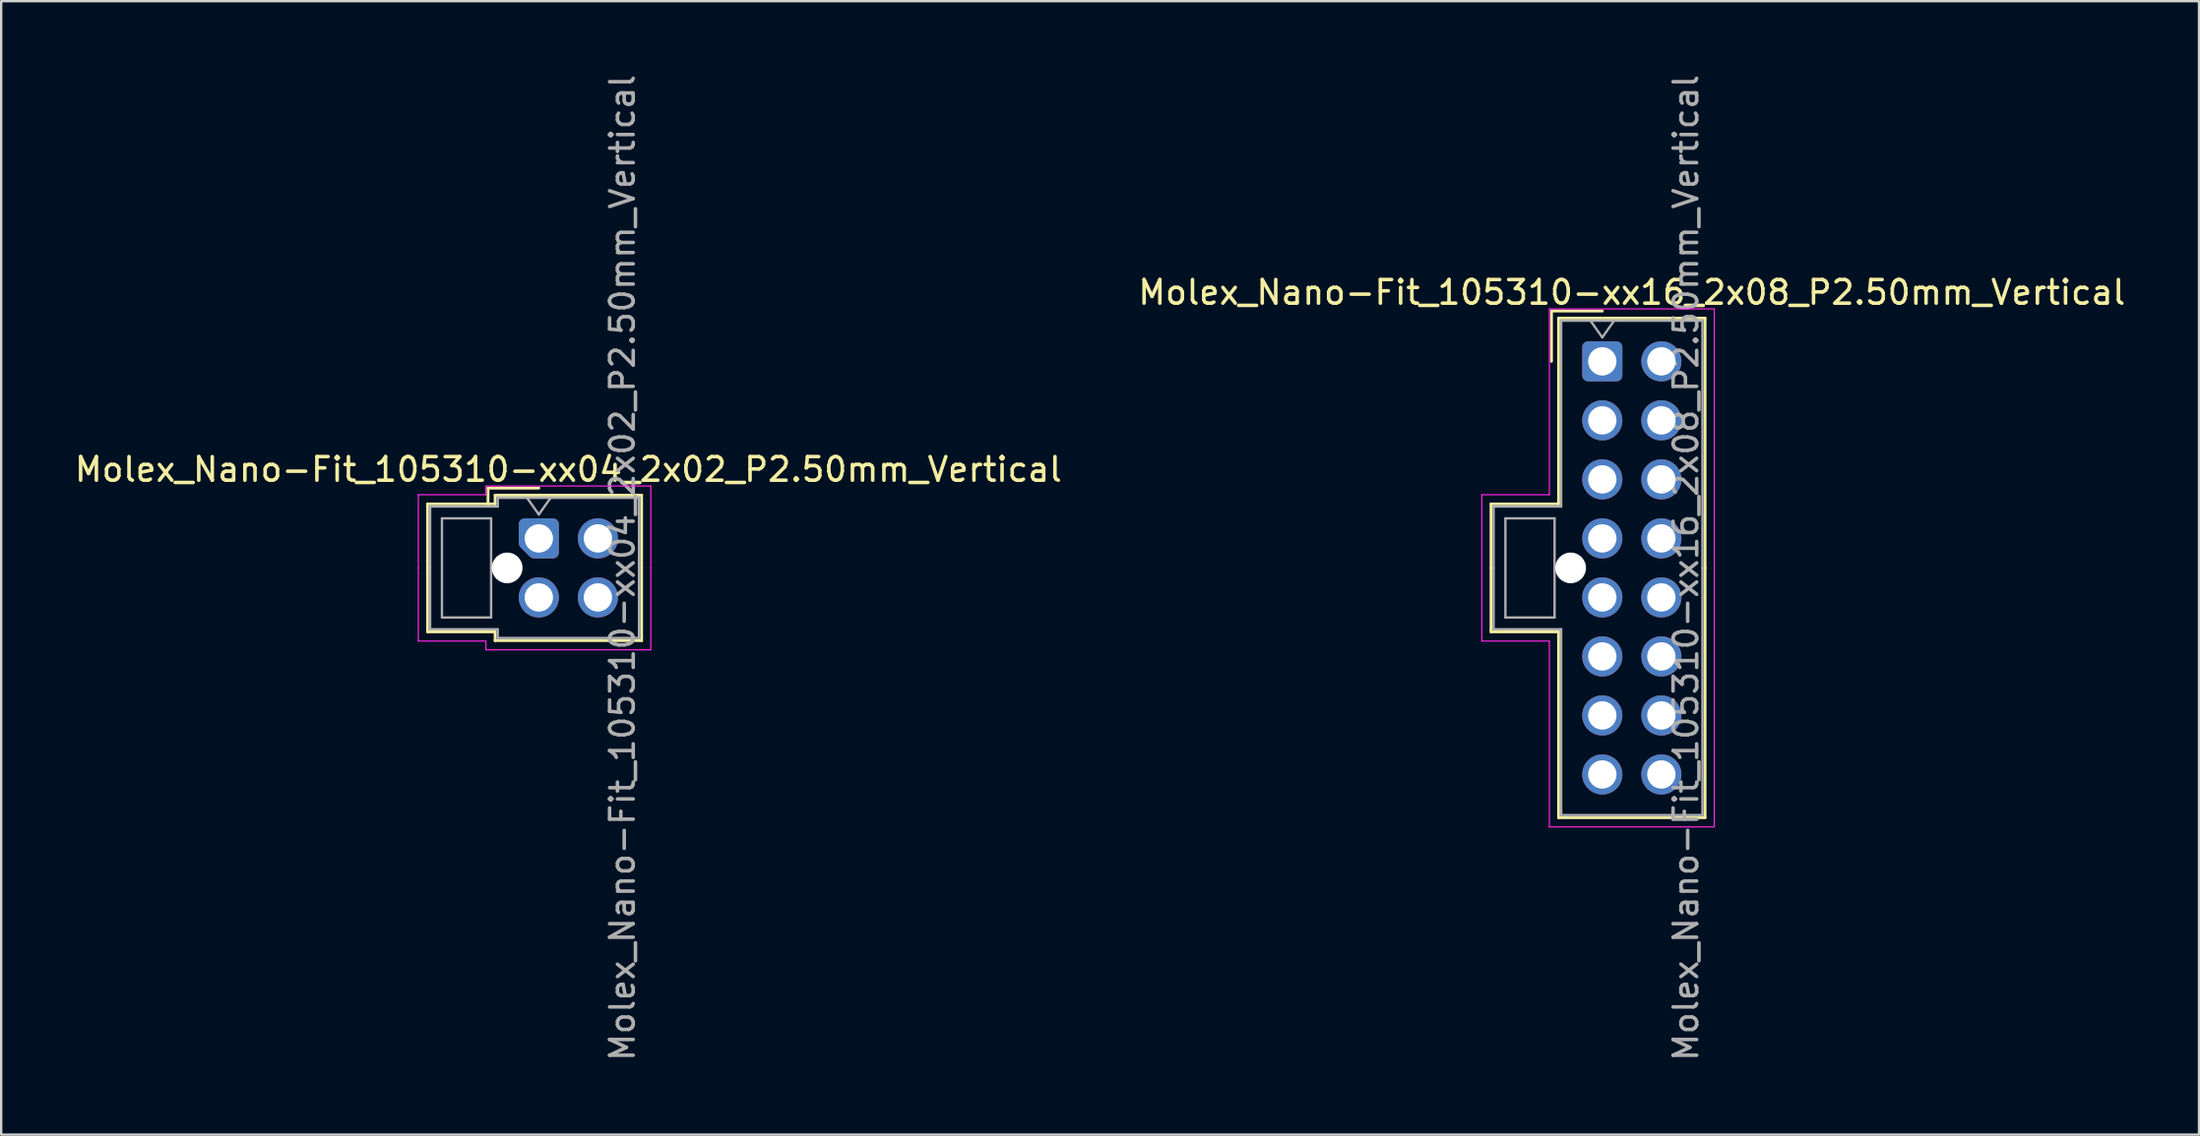
<source format=kicad_pcb>
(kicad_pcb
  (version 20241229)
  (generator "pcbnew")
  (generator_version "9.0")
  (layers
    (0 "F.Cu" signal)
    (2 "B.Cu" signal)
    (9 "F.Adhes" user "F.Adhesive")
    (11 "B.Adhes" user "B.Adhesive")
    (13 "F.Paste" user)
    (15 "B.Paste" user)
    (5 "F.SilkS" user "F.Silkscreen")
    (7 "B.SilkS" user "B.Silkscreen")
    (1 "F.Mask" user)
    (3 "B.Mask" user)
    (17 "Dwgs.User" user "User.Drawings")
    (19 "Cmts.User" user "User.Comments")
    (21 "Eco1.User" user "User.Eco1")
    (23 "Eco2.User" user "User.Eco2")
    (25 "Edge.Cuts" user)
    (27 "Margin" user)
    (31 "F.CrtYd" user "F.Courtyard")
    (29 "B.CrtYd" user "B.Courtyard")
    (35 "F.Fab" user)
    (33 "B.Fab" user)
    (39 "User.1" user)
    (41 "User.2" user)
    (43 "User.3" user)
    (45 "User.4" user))
  (footprint "Molex_Nano-Fit_105310-xx16_2x08_P2.50mm_Vertical"
    (layer "F.Cu")
    (at 64.768 12.256)
    (property "Reference" "Molex_Nano-Fit_105310-xx16_2x08_P2.50mm_Vertical" (at 1.25 -2.92 0) (layer "F.SilkS") (effects (font (size 1 1) (thickness 0.15))))
    (attr through_hole)
    (fp_line (start -4.71 6.04) (end -4.71 8.75) (stroke (width 0.12) (type solid)) (layer "F.SilkS"))
    (fp_line (start -4.71 11.46) (end -4.71 8.75) (stroke (width 0.12) (type solid)) (layer "F.SilkS"))
    (fp_line (start -2.15 -2.13) (end -2.15 0) (stroke (width 0.12) (type solid)) (layer "F.SilkS"))
    (fp_line (start -1.85 -1.83) (end -1.85 6.04) (stroke (width 0.12) (type solid)) (layer "F.SilkS"))
    (fp_line (start -1.85 6.04) (end -4.71 6.04) (stroke (width 0.12) (type solid)) (layer "F.SilkS"))
    (fp_line (start -1.85 11.46) (end -4.71 11.46) (stroke (width 0.12) (type solid)) (layer "F.SilkS"))
    (fp_line (start -1.85 19.33) (end -1.85 11.46) (stroke (width 0.12) (type solid)) (layer "F.SilkS"))
    (fp_line (start 0 -2.13) (end -2.15 -2.13) (stroke (width 0.12) (type solid)) (layer "F.SilkS"))
    (fp_line (start 4.35 -1.83) (end -1.85 -1.83) (stroke (width 0.12) (type solid)) (layer "F.SilkS"))
    (fp_line (start 4.35 8.75) (end 4.35 -1.83) (stroke (width 0.12) (type solid)) (layer "F.SilkS"))
    (fp_line (start 4.35 8.75) (end 4.35 19.33) (stroke (width 0.12) (type solid)) (layer "F.SilkS"))
    (fp_line (start 4.35 19.33) (end -1.85 19.33) (stroke (width 0.12) (type solid)) (layer "F.SilkS"))
    (fp_line (start -5.1 5.65) (end -5.1 8.75) (stroke (width 0.05) (type solid)) (layer "F.CrtYd"))
    (fp_line (start -5.1 11.85) (end -5.1 8.75) (stroke (width 0.05) (type solid)) (layer "F.CrtYd"))
    (fp_line (start -2.24 -2.22) (end -2.24 5.65) (stroke (width 0.05) (type solid)) (layer "F.CrtYd"))
    (fp_line (start -2.24 5.65) (end -5.1 5.65) (stroke (width 0.05) (type solid)) (layer "F.CrtYd"))
    (fp_line (start -2.24 11.85) (end -5.1 11.85) (stroke (width 0.05) (type solid)) (layer "F.CrtYd"))
    (fp_line (start -2.24 19.72) (end -2.24 11.85) (stroke (width 0.05) (type solid)) (layer "F.CrtYd"))
    (fp_line (start 4.74 -2.22) (end -2.24 -2.22) (stroke (width 0.05) (type solid)) (layer "F.CrtYd"))
    (fp_line (start 4.74 8.75) (end 4.74 -2.22) (stroke (width 0.05) (type solid)) (layer "F.CrtYd"))
    (fp_line (start 4.74 8.75) (end 4.74 19.72) (stroke (width 0.05) (type solid)) (layer "F.CrtYd"))
    (fp_line (start 4.74 19.72) (end -2.24 19.72) (stroke (width 0.05) (type solid)) (layer "F.CrtYd"))
    (fp_line (start -4.6 6.15) (end -4.6 8.75) (stroke (width 0.1) (type solid)) (layer "F.Fab"))
    (fp_line (start -4.6 11.35) (end -4.6 8.75) (stroke (width 0.1) (type solid)) (layer "F.Fab"))
    (fp_line (start -4.1 6.65) (end -4.1 10.85) (stroke (width 0.1) (type solid)) (layer "F.Fab"))
    (fp_line (start -4.1 10.85) (end -2.02 10.85) (stroke (width 0.1) (type solid)) (layer "F.Fab"))
    (fp_line (start -2.02 6.65) (end -4.1 6.65) (stroke (width 0.1) (type solid)) (layer "F.Fab"))
    (fp_line (start -2.02 10.85) (end -2.02 6.65) (stroke (width 0.1) (type solid)) (layer "F.Fab"))
    (fp_line (start -1.74 -1.72) (end -1.74 6.15) (stroke (width 0.1) (type solid)) (layer "F.Fab"))
    (fp_line (start -1.74 6.15) (end -4.6 6.15) (stroke (width 0.1) (type solid)) (layer "F.Fab"))
    (fp_line (start -1.74 11.35) (end -4.6 11.35) (stroke (width 0.1) (type solid)) (layer "F.Fab"))
    (fp_line (start -1.74 19.22) (end -1.74 11.35) (stroke (width 0.1) (type solid)) (layer "F.Fab"))
    (fp_line (start -0.5 -1.72) (end 0 -1.013) (stroke (width 0.1) (type solid)) (layer "F.Fab"))
    (fp_line (start 0 -1.013) (end 0.5 -1.72) (stroke (width 0.1) (type solid)) (layer "F.Fab"))
    (fp_line (start 4.24 -1.72) (end -1.74 -1.72) (stroke (width 0.1) (type solid)) (layer "F.Fab"))
    (fp_line (start 4.24 8.75) (end 4.24 -1.72) (stroke (width 0.1) (type solid)) (layer "F.Fab"))
    (fp_line (start 4.24 8.75) (end 4.24 19.22) (stroke (width 0.1) (type solid)) (layer "F.Fab"))
    (fp_line (start 4.24 19.22) (end -1.74 19.22) (stroke (width 0.1) (type solid)) (layer "F.Fab"))
    (fp_text user "${REFERENCE}" (at 3.54 8.75 90) (layer "F.Fab") (effects (font (size 1 1) (thickness 0.15))))
    (pad "" np_thru_hole circle (at -1.34 8.75) (size 1.3 1.3) (drill 1.3) (layers "*.Cu" "*.Mask"))
    (pad "1" thru_hole roundrect (at 0 0) (size 1.7 1.7) (drill 1.2) (layers "*.Cu" "*.Mask") (roundrect_rratio 0.147))
    (pad "2" thru_hole circle (at 0 2.5) (size 1.7 1.7) (drill 1.2) (layers "*.Cu" "*.Mask"))
    (pad "3" thru_hole circle (at 0 5) (size 1.7 1.7) (drill 1.2) (layers "*.Cu" "*.Mask"))
    (pad "4" thru_hole circle (at 0 7.5) (size 1.7 1.7) (drill 1.2) (layers "*.Cu" "*.Mask"))
    (pad "5" thru_hole circle (at 0 10) (size 1.7 1.7) (drill 1.2) (layers "*.Cu" "*.Mask"))
    (pad "6" thru_hole circle (at 0 12.5) (size 1.7 1.7) (drill 1.2) (layers "*.Cu" "*.Mask"))
    (pad "7" thru_hole circle (at 0 15) (size 1.7 1.7) (drill 1.2) (layers "*.Cu" "*.Mask"))
    (pad "8" thru_hole circle (at 0 17.5) (size 1.7 1.7) (drill 1.2) (layers "*.Cu" "*.Mask"))
    (pad "9" thru_hole circle (at 2.5 0) (size 1.7 1.7) (drill 1.2) (layers "*.Cu" "*.Mask"))
    (pad "10" thru_hole circle (at 2.5 2.5) (size 1.7 1.7) (drill 1.2) (layers "*.Cu" "*.Mask"))
    (pad "11" thru_hole circle (at 2.5 5) (size 1.7 1.7) (drill 1.2) (layers "*.Cu" "*.Mask"))
    (pad "12" thru_hole circle (at 2.5 7.5) (size 1.7 1.7) (drill 1.2) (layers "*.Cu" "*.Mask"))
    (pad "13" thru_hole circle (at 2.5 10) (size 1.7 1.7) (drill 1.2) (layers "*.Cu" "*.Mask"))
    (pad "14" thru_hole circle (at 2.5 12.5) (size 1.7 1.7) (drill 1.2) (layers "*.Cu" "*.Mask"))
    (pad "15" thru_hole circle (at 2.5 15) (size 1.7 1.7) (drill 1.2) (layers "*.Cu" "*.Mask"))
    (pad "16" thru_hole circle (at 2.5 17.5) (size 1.7 1.7) (drill 1.2) (layers "*.Cu" "*.Mask")))
  (footprint "Molex_Nano-Fit_105310-xx04_2x02_P2.50mm_Vertical"
    (layer "F.Cu")
    (at 19.756 19.756)
    (property "Reference" "Molex_Nano-Fit_105310-xx04_2x02_P2.50mm_Vertical" (at 1.25 -2.92 0) (layer "F.SilkS") (effects (font (size 1 1) (thickness 0.15))))
    (attr through_hole)
    (fp_line (start -4.71 -1.46) (end -4.71 1.25) (stroke (width 0.12) (type solid)) (layer "F.SilkS"))
    (fp_line (start -4.71 3.96) (end -4.71 1.25) (stroke (width 0.12) (type solid)) (layer "F.SilkS"))
    (fp_line (start -2.15 -2.13) (end -2.15 -1.46) (stroke (width 0.12) (type solid)) (layer "F.SilkS"))
    (fp_line (start -1.85 -1.83) (end -1.85 -1.46) (stroke (width 0.12) (type solid)) (layer "F.SilkS"))
    (fp_line (start -1.85 -1.46) (end -4.71 -1.46) (stroke (width 0.12) (type solid)) (layer "F.SilkS"))
    (fp_line (start -1.85 3.96) (end -4.71 3.96) (stroke (width 0.12) (type solid)) (layer "F.SilkS"))
    (fp_line (start -1.85 4.33) (end -1.85 3.96) (stroke (width 0.12) (type solid)) (layer "F.SilkS"))
    (fp_line (start 0 -2.13) (end -2.15 -2.13) (stroke (width 0.12) (type solid)) (layer "F.SilkS"))
    (fp_line (start 4.35 -1.83) (end -1.85 -1.83) (stroke (width 0.12) (type solid)) (layer "F.SilkS"))
    (fp_line (start 4.35 1.25) (end 4.35 -1.83) (stroke (width 0.12) (type solid)) (layer "F.SilkS"))
    (fp_line (start 4.35 1.25) (end 4.35 4.33) (stroke (width 0.12) (type solid)) (layer "F.SilkS"))
    (fp_line (start 4.35 4.33) (end -1.85 4.33) (stroke (width 0.12) (type solid)) (layer "F.SilkS"))
    (fp_line (start -5.1 -1.85) (end -5.1 1.25) (stroke (width 0.05) (type solid)) (layer "F.CrtYd"))
    (fp_line (start -5.1 4.35) (end -5.1 1.25) (stroke (width 0.05) (type solid)) (layer "F.CrtYd"))
    (fp_line (start -2.24 -2.22) (end -2.24 -1.85) (stroke (width 0.05) (type solid)) (layer "F.CrtYd"))
    (fp_line (start -2.24 -1.85) (end -5.1 -1.85) (stroke (width 0.05) (type solid)) (layer "F.CrtYd"))
    (fp_line (start -2.24 4.35) (end -5.1 4.35) (stroke (width 0.05) (type solid)) (layer "F.CrtYd"))
    (fp_line (start -2.24 4.72) (end -2.24 4.35) (stroke (width 0.05) (type solid)) (layer "F.CrtYd"))
    (fp_line (start 4.74 -2.22) (end -2.24 -2.22) (stroke (width 0.05) (type solid)) (layer "F.CrtYd"))
    (fp_line (start 4.74 1.25) (end 4.74 -2.22) (stroke (width 0.05) (type solid)) (layer "F.CrtYd"))
    (fp_line (start 4.74 1.25) (end 4.74 4.72) (stroke (width 0.05) (type solid)) (layer "F.CrtYd"))
    (fp_line (start 4.74 4.72) (end -2.24 4.72) (stroke (width 0.05) (type solid)) (layer "F.CrtYd"))
    (fp_line (start -4.6 -1.35) (end -4.6 1.25) (stroke (width 0.1) (type solid)) (layer "F.Fab"))
    (fp_line (start -4.6 3.85) (end -4.6 1.25) (stroke (width 0.1) (type solid)) (layer "F.Fab"))
    (fp_line (start -4.1 -0.85) (end -4.1 3.35) (stroke (width 0.1) (type solid)) (layer "F.Fab"))
    (fp_line (start -4.1 3.35) (end -2.02 3.35) (stroke (width 0.1) (type solid)) (layer "F.Fab"))
    (fp_line (start -2.02 -0.85) (end -4.1 -0.85) (stroke (width 0.1) (type solid)) (layer "F.Fab"))
    (fp_line (start -2.02 3.35) (end -2.02 -0.85) (stroke (width 0.1) (type solid)) (layer "F.Fab"))
    (fp_line (start -1.74 -1.72) (end -1.74 -1.35) (stroke (width 0.1) (type solid)) (layer "F.Fab"))
    (fp_line (start -1.74 -1.35) (end -4.6 -1.35) (stroke (width 0.1) (type solid)) (layer "F.Fab"))
    (fp_line (start -1.74 3.85) (end -4.6 3.85) (stroke (width 0.1) (type solid)) (layer "F.Fab"))
    (fp_line (start -1.74 4.22) (end -1.74 3.85) (stroke (width 0.1) (type solid)) (layer "F.Fab"))
    (fp_line (start -0.5 -1.72) (end 0 -1.013) (stroke (width 0.1) (type solid)) (layer "F.Fab"))
    (fp_line (start 0 -1.013) (end 0.5 -1.72) (stroke (width 0.1) (type solid)) (layer "F.Fab"))
    (fp_line (start 4.24 -1.72) (end -1.74 -1.72) (stroke (width 0.1) (type solid)) (layer "F.Fab"))
    (fp_line (start 4.24 1.25) (end 4.24 -1.72) (stroke (width 0.1) (type solid)) (layer "F.Fab"))
    (fp_line (start 4.24 1.25) (end 4.24 4.22) (stroke (width 0.1) (type solid)) (layer "F.Fab"))
    (fp_line (start 4.24 4.22) (end -1.74 4.22) (stroke (width 0.1) (type solid)) (layer "F.Fab"))
    (fp_text user "${REFERENCE}" (at 3.54 1.25 90) (layer "F.Fab") (effects (font (size 1 1) (thickness 0.15))))
    (pad "" np_thru_hole circle (at -1.34 1.25) (size 1.3 1.3) (drill 1.3) (layers "*.Cu" "*.Mask"))
    (pad "1" thru_hole custom (at 0 0) (size 1.417 1.417) (drill 1.2) (layers "*.Cu" "*.Mask") (options (anchor circle)) (primitives (gr_poly (pts (xy 0.6 0.6) (xy -0.2 0.6) (xy -0.6 0.2) (xy -0.6 -0.6) (xy 0.6 -0.6)) (width 0.5) (fill yes))))
    (pad "2" thru_hole circle (at 0 2.5) (size 1.7 1.7) (drill 1.2) (layers "*.Cu" "*.Mask"))
    (pad "3" thru_hole circle (at 2.5 0) (size 1.7 1.7) (drill 1.2) (layers "*.Cu" "*.Mask"))
    (pad "4" thru_hole circle (at 2.5 2.5) (size 1.7 1.7) (drill 1.2) (layers "*.Cu" "*.Mask")))
  (gr_rect
    (start -3 -3)
    (end 90.024 45.012)
    (stroke (width 0.1) (type default))
    (fill no)
    (layer "Edge.Cuts")))
</source>
